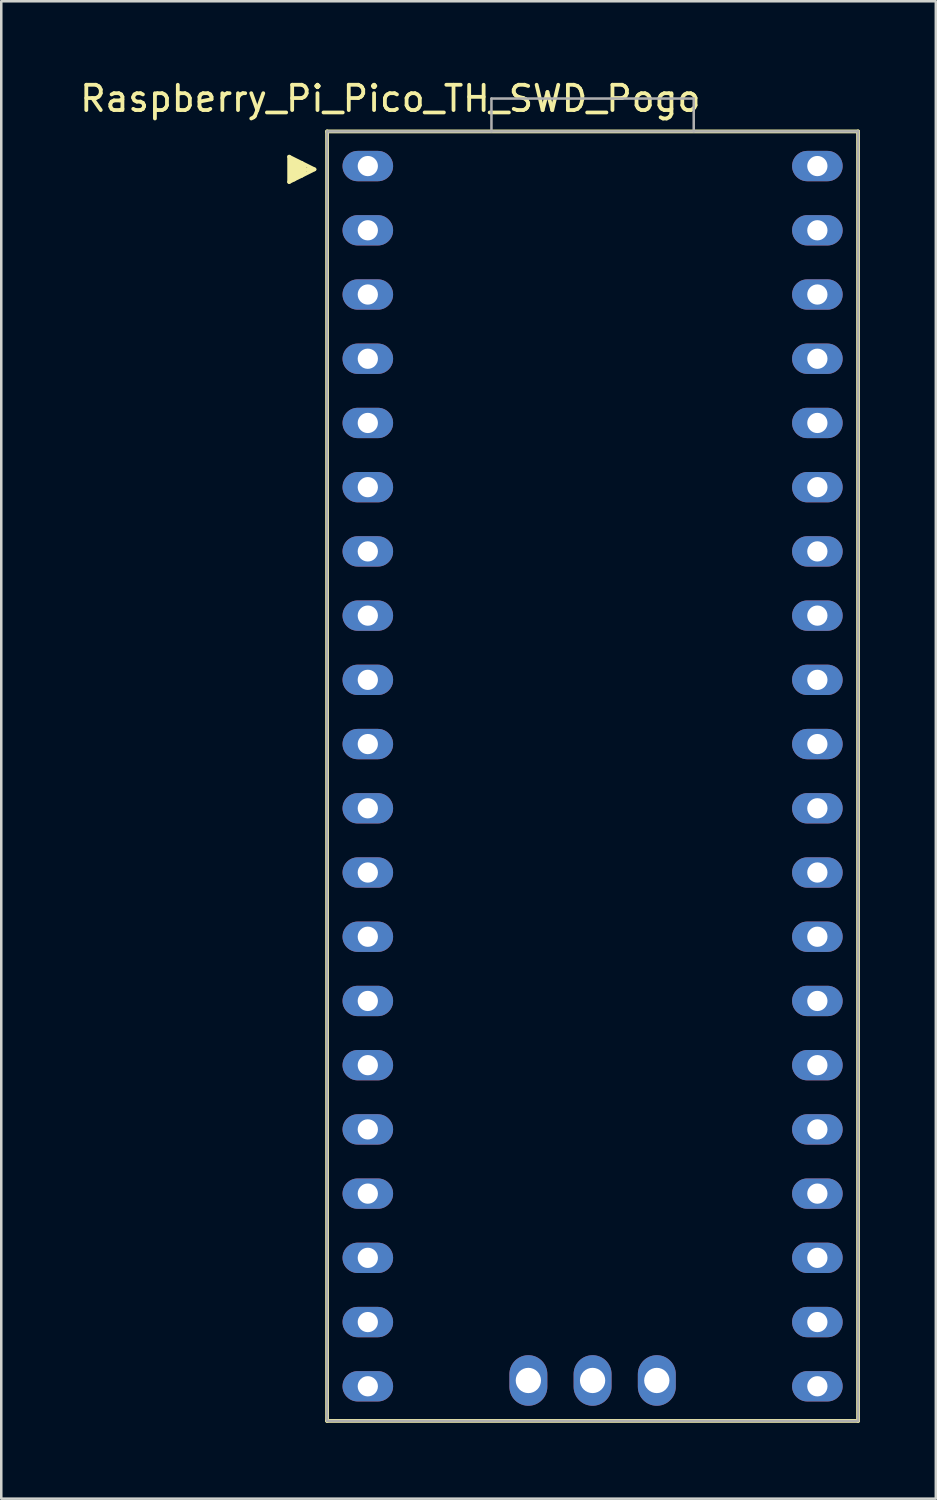
<source format=kicad_pcb>
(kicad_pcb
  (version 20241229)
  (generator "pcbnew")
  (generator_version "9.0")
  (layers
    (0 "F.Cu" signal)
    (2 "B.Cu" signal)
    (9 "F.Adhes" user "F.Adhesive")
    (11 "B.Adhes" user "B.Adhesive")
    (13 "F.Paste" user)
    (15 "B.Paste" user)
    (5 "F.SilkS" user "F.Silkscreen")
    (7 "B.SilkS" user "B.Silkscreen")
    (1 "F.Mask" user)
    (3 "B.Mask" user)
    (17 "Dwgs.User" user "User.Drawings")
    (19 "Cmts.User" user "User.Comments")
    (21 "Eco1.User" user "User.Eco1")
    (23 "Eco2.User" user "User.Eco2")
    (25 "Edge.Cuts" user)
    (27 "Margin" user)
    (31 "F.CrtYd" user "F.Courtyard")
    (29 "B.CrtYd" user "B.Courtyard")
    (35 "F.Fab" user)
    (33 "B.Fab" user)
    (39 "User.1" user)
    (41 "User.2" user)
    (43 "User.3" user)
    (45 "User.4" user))
  (footprint "Raspberry_Pi_Pico_TH_SWD_Pogo"
    (layer "F.Cu")
    (at 20.387 27.648)
    (property "Reference" "Raspberry_Pi_Pico_TH_SWD_Pogo" (at -8 -26.8 180) (layer "F.SilkS") (effects (font (size 1 1) (thickness 0.15))))
    (fp_line (start -12 -24.5) (end -12 -23.5) (stroke (width 0.15) (type solid)) (layer "F.SilkS"))
    (fp_line (start -12 -23.5) (end -11 -24) (stroke (width 0.15) (type solid)) (layer "F.SilkS"))
    (fp_line (start -11.9 -24.4) (end -11.9 -23.6) (stroke (width 0.15) (type solid)) (layer "F.SilkS"))
    (fp_line (start -11.8 -24.3) (end -11.8 -23.6) (stroke (width 0.15) (type solid)) (layer "F.SilkS"))
    (fp_line (start -11.7 -24.3) (end -11.7 -23.7) (stroke (width 0.15) (type solid)) (layer "F.SilkS"))
    (fp_line (start -11.6 -24.25) (end -11.6 -23.75) (stroke (width 0.15) (type solid)) (layer "F.SilkS"))
    (fp_line (start -11.5 -24.25) (end -11.5 -23.75) (stroke (width 0.15) (type solid)) (layer "F.SilkS"))
    (fp_line (start -11.4 -24.1) (end -11.4 -23.9) (stroke (width 0.15) (type solid)) (layer "F.SilkS"))
    (fp_line (start -11.4 -24) (end -11.2 -24) (stroke (width 0.15) (type solid)) (layer "F.SilkS"))
    (fp_line (start -11 -24) (end -12 -24.5) (stroke (width 0.15) (type solid)) (layer "F.SilkS"))
    (fp_line (start -10.5 -25.5) (end 10.5 -25.5) (stroke (width 0.15) (type solid)) (layer "F.SilkS"))
    (fp_line (start -10.5 25.5) (end -10.5 -25.5) (stroke (width 0.15) (type solid)) (layer "F.SilkS"))
    (fp_line (start 10.5 -25.5) (end 10.5 25.5) (stroke (width 0.15) (type solid)) (layer "F.SilkS"))
    (fp_line (start 10.5 25.5) (end -10.5 25.5) (stroke (width 0.15) (type solid)) (layer "F.SilkS"))
    (fp_line (start -10.5 -25.5) (end 10.5 -25.5) (stroke (width 0.1) (type solid)) (layer "F.Fab"))
    (fp_line (start -10.5 25.5) (end -10.5 -25.5) (stroke (width 0.1) (type solid)) (layer "F.Fab"))
    (fp_line (start -10.5 25.5) (end 10.5 25.5) (stroke (width 0.1) (type solid)) (layer "F.Fab"))
    (fp_line (start -4 -26.8) (end -4 -25.5) (stroke (width 0.1) (type solid)) (layer "F.Fab"))
    (fp_line (start -4 -26.8) (end 4 -26.8) (stroke (width 0.1) (type solid)) (layer "F.Fab"))
    (fp_line (start 4 -26.8) (end 4 -25.5) (stroke (width 0.1) (type solid)) (layer "F.Fab"))
    (fp_line (start 10.5 -25.5) (end 10.5 25.5) (stroke (width 0.1) (type solid)) (layer "F.Fab"))
    (pad "1" thru_hole oval (at -8.89 -24.13 270) (size 1.2 2) (drill 0.8) (layers "*.Cu" "*.Mask"))
    (pad "2" thru_hole oval (at -8.89 -21.59 270) (size 1.2 2) (drill 0.8) (layers "*.Cu" "*.Mask"))
    (pad "3" thru_hole oval (at -8.89 -19.05 270) (size 1.2 2) (drill 0.8) (layers "*.Cu" "*.Mask"))
    (pad "4" thru_hole oval (at -8.89 -16.51 270) (size 1.2 2) (drill 0.8) (layers "*.Cu" "*.Mask"))
    (pad "5" thru_hole oval (at -8.89 -13.97 270) (size 1.2 2) (drill 0.8) (layers "*.Cu" "*.Mask"))
    (pad "6" thru_hole oval (at -8.89 -11.43 270) (size 1.2 2) (drill 0.8) (layers "*.Cu" "*.Mask"))
    (pad "7" thru_hole oval (at -8.89 -8.89 270) (size 1.2 2) (drill 0.8) (layers "*.Cu" "*.Mask"))
    (pad "8" thru_hole oval (at -8.89 -6.35 270) (size 1.2 2) (drill 0.8) (layers "*.Cu" "*.Mask"))
    (pad "9" thru_hole oval (at -8.89 -3.81 270) (size 1.2 2) (drill 0.8) (layers "*.Cu" "*.Mask"))
    (pad "10" thru_hole oval (at -8.89 -1.27 270) (size 1.2 2) (drill 0.8) (layers "*.Cu" "*.Mask"))
    (pad "11" thru_hole oval (at -8.89 1.27 270) (size 1.2 2) (drill 0.8) (layers "*.Cu" "*.Mask"))
    (pad "12" thru_hole oval (at -8.89 3.81 270) (size 1.2 2) (drill 0.8) (layers "*.Cu" "*.Mask"))
    (pad "13" thru_hole oval (at -8.89 6.35 270) (size 1.2 2) (drill 0.8) (layers "*.Cu" "*.Mask"))
    (pad "14" thru_hole oval (at -8.89 8.89 270) (size 1.2 2) (drill 0.8) (layers "*.Cu" "*.Mask"))
    (pad "15" thru_hole oval (at -8.89 11.43 270) (size 1.2 2) (drill 0.8) (layers "*.Cu" "*.Mask"))
    (pad "16" thru_hole oval (at -8.89 13.97 270) (size 1.2 2) (drill 0.8) (layers "*.Cu" "*.Mask"))
    (pad "17" thru_hole oval (at -8.89 16.51 270) (size 1.2 2) (drill 0.8) (layers "*.Cu" "*.Mask"))
    (pad "18" thru_hole oval (at -8.89 19.05 270) (size 1.2 2) (drill 0.8) (layers "*.Cu" "*.Mask"))
    (pad "19" thru_hole oval (at -8.89 21.59 270) (size 1.2 2) (drill 0.8) (layers "*.Cu" "*.Mask"))
    (pad "20" thru_hole oval (at -8.89 24.13 270) (size 1.2 2) (drill 0.8) (layers "*.Cu" "*.Mask"))
    (pad "21" thru_hole oval (at 8.89 24.13 270) (size 1.2 2) (drill 0.8) (layers "*.Cu" "*.Mask"))
    (pad "22" thru_hole oval (at 8.89 21.59 270) (size 1.2 2) (drill 0.8) (layers "*.Cu" "*.Mask"))
    (pad "23" thru_hole oval (at 8.89 19.05 270) (size 1.2 2) (drill 0.8) (layers "*.Cu" "*.Mask"))
    (pad "24" thru_hole oval (at 8.89 16.51 270) (size 1.2 2) (drill 0.8) (layers "*.Cu" "*.Mask"))
    (pad "25" thru_hole oval (at 8.89 13.97 270) (size 1.2 2) (drill 0.8) (layers "*.Cu" "*.Mask"))
    (pad "26" thru_hole oval (at 8.89 11.43 270) (size 1.2 2) (drill 0.8) (layers "*.Cu" "*.Mask"))
    (pad "27" thru_hole oval (at 8.89 8.89 270) (size 1.2 2) (drill 0.8) (layers "*.Cu" "*.Mask"))
    (pad "28" thru_hole oval (at 8.89 6.35 270) (size 1.2 2) (drill 0.8) (layers "*.Cu" "*.Mask"))
    (pad "29" thru_hole oval (at 8.89 3.81 270) (size 1.2 2) (drill 0.8) (layers "*.Cu" "*.Mask"))
    (pad "30" thru_hole oval (at 8.89 1.27 270) (size 1.2 2) (drill 0.8) (layers "*.Cu" "*.Mask"))
    (pad "31" thru_hole oval (at 8.89 -1.27 270) (size 1.2 2) (drill 0.8) (layers "*.Cu" "*.Mask"))
    (pad "32" thru_hole oval (at 8.89 -3.81 270) (size 1.2 2) (drill 0.8) (layers "*.Cu" "*.Mask"))
    (pad "33" thru_hole oval (at 8.89 -6.35 270) (size 1.2 2) (drill 0.8) (layers "*.Cu" "*.Mask"))
    (pad "34" thru_hole oval (at 8.89 -8.89 270) (size 1.2 2) (drill 0.8) (layers "*.Cu" "*.Mask"))
    (pad "35" thru_hole oval (at 8.89 -11.43 270) (size 1.2 2) (drill 0.8) (layers "*.Cu" "*.Mask"))
    (pad "36" thru_hole oval (at 8.89 -13.97 270) (size 1.2 2) (drill 0.8) (layers "*.Cu" "*.Mask"))
    (pad "37" thru_hole oval (at 8.89 -16.51 270) (size 1.2 2) (drill 0.8) (layers "*.Cu" "*.Mask"))
    (pad "38" thru_hole oval (at 8.89 -19.05 270) (size 1.2 2) (drill 0.8) (layers "*.Cu" "*.Mask"))
    (pad "39" thru_hole oval (at 8.89 -21.59 270) (size 1.2 2) (drill 0.8) (layers "*.Cu" "*.Mask"))
    (pad "40" thru_hole oval (at 8.89 -24.13 270) (size 1.2 2) (drill 0.8) (layers "*.Cu" "*.Mask"))
    (pad "41" thru_hole oval (at -2.54 23.9) (size 1.5 2) (drill 1) (layers "*.Cu" "*.Mask"))
    (pad "42" thru_hole oval (at 0 23.9) (size 1.5 2) (drill 1) (layers "*.Cu" "*.Mask"))
    (pad "43" thru_hole oval (at 2.54 23.9) (size 1.5 2) (drill 1) (layers "*.Cu" "*.Mask")))
  (gr_rect
    (start -3 -3)
    (end 33.962 56.223)
    (stroke (width 0.1) (type default))
    (fill no)
    (layer "Edge.Cuts")))
</source>
